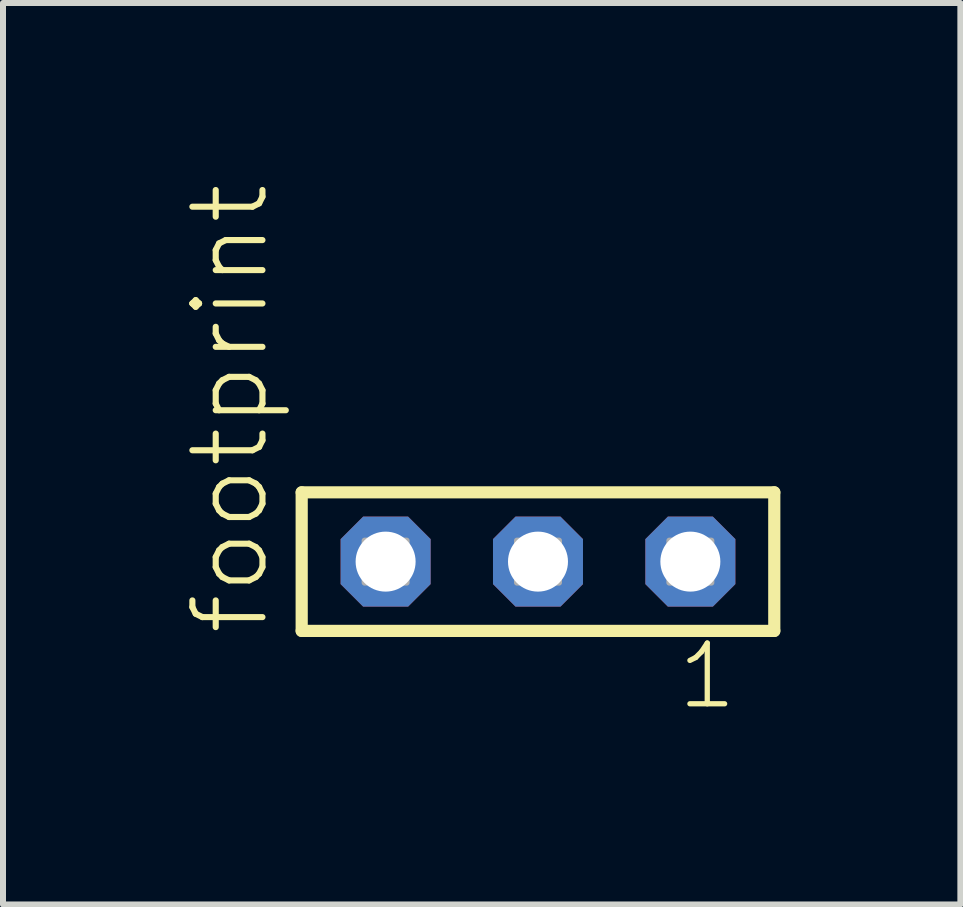
<source format=kicad_pcb>
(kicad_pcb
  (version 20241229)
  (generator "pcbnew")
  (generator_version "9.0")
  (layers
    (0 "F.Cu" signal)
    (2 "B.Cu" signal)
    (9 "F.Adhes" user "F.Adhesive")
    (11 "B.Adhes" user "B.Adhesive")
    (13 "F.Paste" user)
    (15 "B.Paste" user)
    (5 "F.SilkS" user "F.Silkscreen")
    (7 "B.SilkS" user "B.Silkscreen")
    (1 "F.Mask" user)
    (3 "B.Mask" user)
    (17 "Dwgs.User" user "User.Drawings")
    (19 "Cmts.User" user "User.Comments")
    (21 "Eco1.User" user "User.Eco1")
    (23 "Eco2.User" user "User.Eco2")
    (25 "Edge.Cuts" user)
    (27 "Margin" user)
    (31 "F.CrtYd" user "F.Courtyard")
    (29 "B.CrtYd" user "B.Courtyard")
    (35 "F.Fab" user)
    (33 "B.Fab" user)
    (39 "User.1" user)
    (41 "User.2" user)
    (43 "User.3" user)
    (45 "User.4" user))
  (footprint "footprint"
    (layer "F.Cu")
    (at 5.918 6.312)
    (property "Reference" "footprint" (at -4.445 1.27 90) (layer "F.SilkS") (effects (font (size 1.168 1.168) (thickness 0.102)) (justify left bottom)))
    (fp_line (start -3.939 -1.155) (end 3.939 -1.155) (stroke (width 0.203) (type solid)) (layer "F.SilkS"))
    (fp_line (start -3.939 1.155) (end -3.939 -1.155) (stroke (width 0.203) (type solid)) (layer "F.SilkS"))
    (fp_line (start 3.939 -1.155) (end 3.939 1.155) (stroke (width 0.203) (type solid)) (layer "F.SilkS"))
    (fp_line (start 3.939 1.155) (end -3.939 1.155) (stroke (width 0.203) (type solid)) (layer "F.SilkS"))
    (fp_poly (pts (xy -2.89 0.35) (xy -2.19 0.35) (xy -2.19 -0.35) (xy -2.89 -0.35)) (stroke (width 0.1) (type solid)) (fill no) (layer "F.Fab"))
    (fp_poly (pts (xy -0.35 0.35) (xy 0.35 0.35) (xy 0.35 -0.35) (xy -0.35 -0.35)) (stroke (width 0.1) (type solid)) (fill no) (layer "F.Fab"))
    (fp_poly (pts (xy 2.19 0.35) (xy 2.89 0.35) (xy 2.89 -0.35) (xy 2.19 -0.35)) (stroke (width 0.1) (type solid)) (fill no) (layer "F.Fab"))
    (fp_text user "1" (at 2.282 2.498 0) (layer "F.SilkS") (effects (font (size 1.012 1.012) (thickness 0.088)) (justify left bottom)))
    (pad "1" thru_hole roundrect (at 2.54 0 180) (size 1.5 1.5) (drill 1) (layers "*.Cu" "*.Mask") (roundrect_rratio 0.25) (chamfer_ratio 0.25) (chamfer top_left top_right bottom_left bottom_right))
    (pad "2" thru_hole roundrect (at 0 0 180) (size 1.5 1.5) (drill 1) (layers "*.Cu" "*.Mask") (roundrect_rratio 0.25) (chamfer_ratio 0.25) (chamfer top_left top_right bottom_left bottom_right))
    (pad "3" thru_hole roundrect (at -2.54 0 180) (size 1.5 1.5) (drill 1) (layers "*.Cu" "*.Mask") (roundrect_rratio 0.25) (chamfer_ratio 0.25) (chamfer top_left top_right bottom_left bottom_right)))
  (gr_rect
    (start -3 -3)
    (end 12.959 12.027)
    (stroke (width 0.1) (type default))
    (fill no)
    (layer "Edge.Cuts")))
</source>
